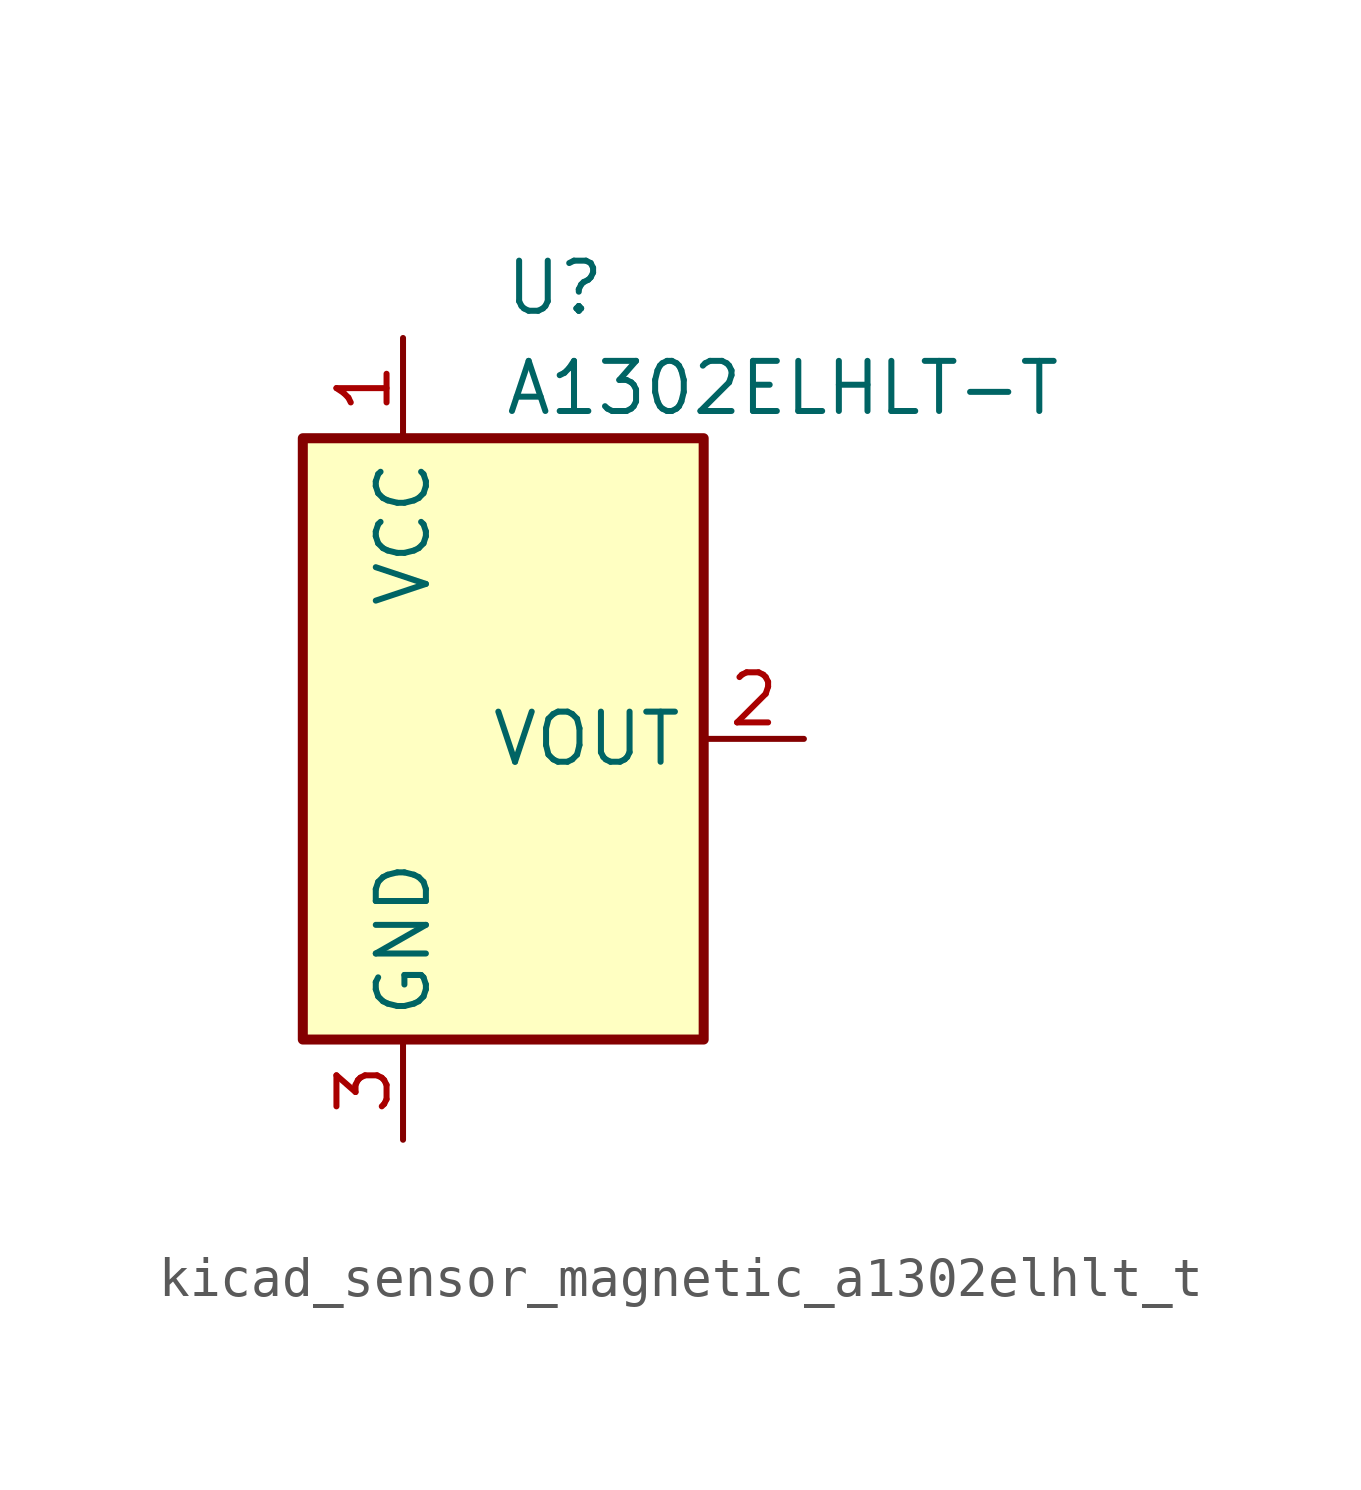
<source format=kicad_sym>
(kicad_symbol_lib
  (version 20220914)
  (generator kicad_symbol_editor)
  (symbol "kicad_sensor_magnetic_a1302elhlt_t"
    (property "Reference" "U"
      (at 0 11.43 0)
      (effects (font (size 1.27 1.27)) (justify left)))
    (property "Value" "A1302ELHLT-T"
      (at 0 8.89 0)
      (effects (font (size 1.27 1.27)) (justify left)))
    (symbol "kicad_sensor_magnetic_a1302elhlt_t_0_1"
      (rectangle (start -5.08 7.62) (end 5.08 -7.62) (stroke (width 0.254) (type default)) (fill (type background))))
    (symbol "kicad_sensor_magnetic_a1302elhlt_t_1_1"
      (pin power_in line (at -2.54 10.16 270) (length 2.54) (name "VCC" (effects (font (size 1.27 1.27)))) (number "1" (effects (font (size 1.27 1.27)))))
      (pin output line (at 7.62 0 180) (length 2.54) (name "VOUT" (effects (font (size 1.27 1.27)))) (number "2" (effects (font (size 1.27 1.27)))))
      (pin power_in line (at -2.54 -10.16 90) (length 2.54) (name "GND" (effects (font (size 1.27 1.27)))) (number "3" (effects (font (size 1.27 1.27))))))))
</source>
